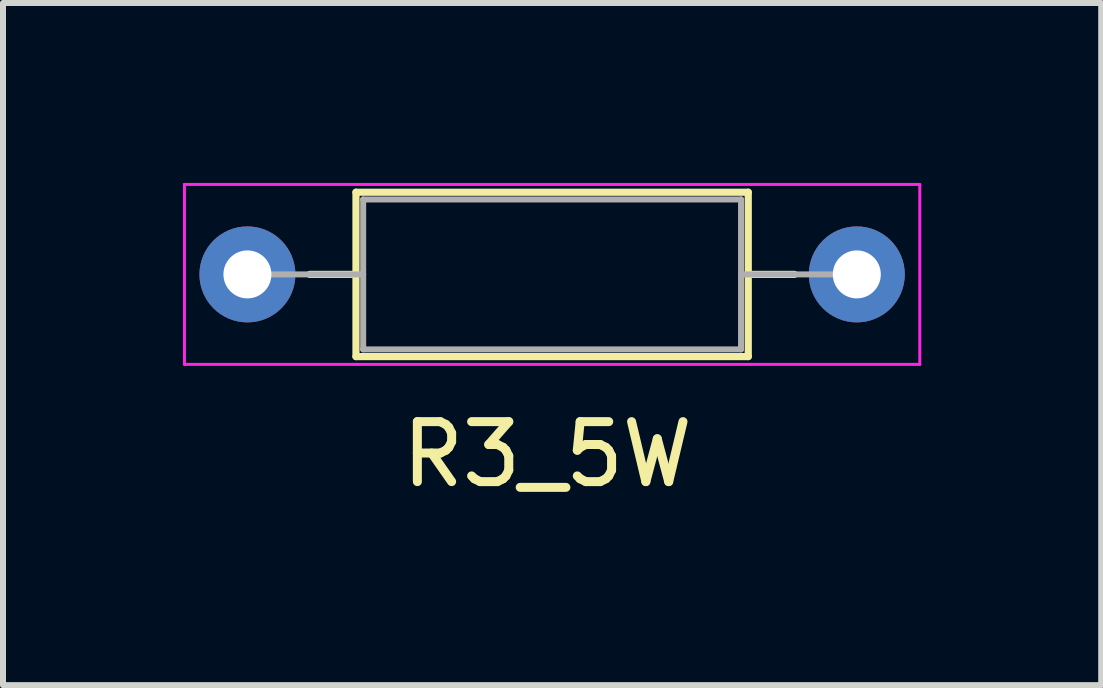
<source format=kicad_pcb>
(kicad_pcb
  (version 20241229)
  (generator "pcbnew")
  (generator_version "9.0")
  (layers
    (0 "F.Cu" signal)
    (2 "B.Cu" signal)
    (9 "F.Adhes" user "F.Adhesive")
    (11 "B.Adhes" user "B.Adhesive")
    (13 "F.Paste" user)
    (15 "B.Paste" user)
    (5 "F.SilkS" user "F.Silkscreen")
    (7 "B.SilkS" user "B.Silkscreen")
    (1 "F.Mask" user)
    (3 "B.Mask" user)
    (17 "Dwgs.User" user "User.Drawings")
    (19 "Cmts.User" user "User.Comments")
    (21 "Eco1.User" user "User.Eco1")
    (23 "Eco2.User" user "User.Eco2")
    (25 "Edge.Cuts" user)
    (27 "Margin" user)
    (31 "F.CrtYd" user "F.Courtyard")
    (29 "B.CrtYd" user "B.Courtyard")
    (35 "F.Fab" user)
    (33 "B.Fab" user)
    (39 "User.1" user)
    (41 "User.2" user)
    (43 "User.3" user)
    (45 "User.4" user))
  (footprint "R3_5W"
    (layer "F.Cu")
    (at 6.075 1.525)
    (property "Reference" "R3_5W" (at 0 3 0) (layer "F.SilkS") (effects (font (size 1 1) (thickness 0.15))))
    (attr through_hole)
    (fp_line (start -3.96 0) (end -3.19 0) (stroke (width 0.12) (type solid)) (layer "F.SilkS"))
    (fp_line (start -3.19 -1.37) (end -3.19 1.37) (stroke (width 0.12) (type solid)) (layer "F.SilkS"))
    (fp_line (start -3.19 1.37) (end 3.35 1.37) (stroke (width 0.12) (type solid)) (layer "F.SilkS"))
    (fp_line (start 3.35 -1.37) (end -3.19 -1.37) (stroke (width 0.12) (type solid)) (layer "F.SilkS"))
    (fp_line (start 3.35 1.37) (end 3.35 -1.37) (stroke (width 0.12) (type solid)) (layer "F.SilkS"))
    (fp_line (start 4.12 0) (end 3.35 0) (stroke (width 0.12) (type solid)) (layer "F.SilkS"))
    (fp_line (start -6.05 -1.5) (end -6.05 1.5) (stroke (width 0.05) (type solid)) (layer "F.CrtYd"))
    (fp_line (start -6.05 1.5) (end 6.21 1.5) (stroke (width 0.05) (type solid)) (layer "F.CrtYd"))
    (fp_line (start 6.21 -1.5) (end -6.05 -1.5) (stroke (width 0.05) (type solid)) (layer "F.CrtYd"))
    (fp_line (start 6.21 1.5) (end 6.21 -1.5) (stroke (width 0.05) (type solid)) (layer "F.CrtYd"))
    (fp_line (start -5 0) (end -3.07 0) (stroke (width 0.1) (type solid)) (layer "F.Fab"))
    (fp_line (start -3.07 -1.25) (end -3.07 1.25) (stroke (width 0.1) (type solid)) (layer "F.Fab"))
    (fp_line (start -3.07 1.25) (end 3.23 1.25) (stroke (width 0.1) (type solid)) (layer "F.Fab"))
    (fp_line (start 3.23 -1.25) (end -3.07 -1.25) (stroke (width 0.1) (type solid)) (layer "F.Fab"))
    (fp_line (start 3.23 1.25) (end 3.23 -1.25) (stroke (width 0.1) (type solid)) (layer "F.Fab"))
    (fp_line (start 5.16 0) (end 3.23 0) (stroke (width 0.1) (type solid)) (layer "F.Fab"))
    (pad "1" thru_hole circle (at -5 0) (size 1.6 1.6) (drill 0.8) (layers "*.Cu" "*.Mask"))
    (pad "2" thru_hole oval (at 5.16 0) (size 1.6 1.6) (drill 0.8) (layers "*.Cu" "*.Mask")))
  (gr_rect
    (start -3 -3)
    (end 15.31 8.373)
    (stroke (width 0.1) (type default))
    (fill no)
    (layer "Edge.Cuts")))
</source>
